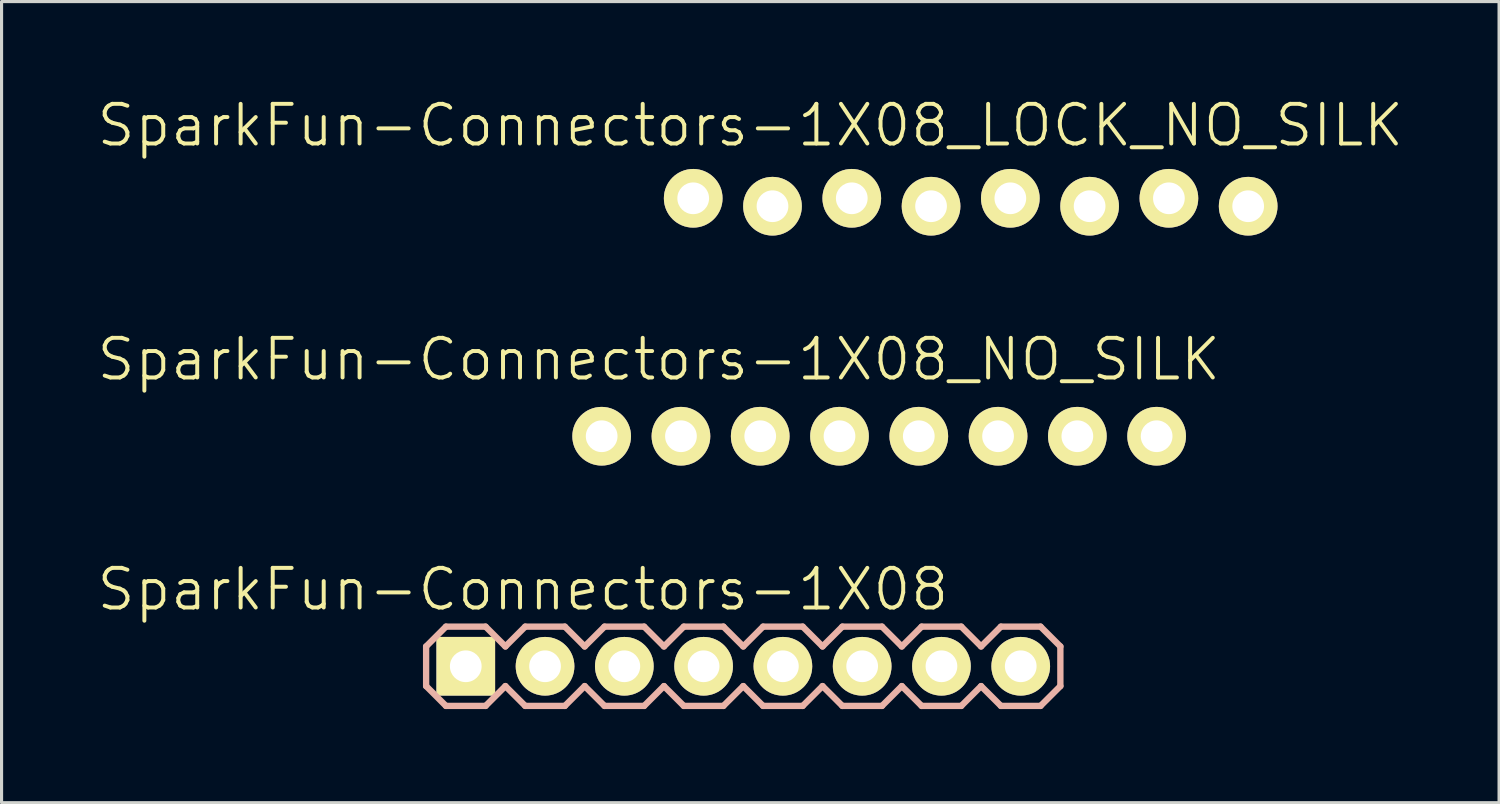
<source format=kicad_pcb>
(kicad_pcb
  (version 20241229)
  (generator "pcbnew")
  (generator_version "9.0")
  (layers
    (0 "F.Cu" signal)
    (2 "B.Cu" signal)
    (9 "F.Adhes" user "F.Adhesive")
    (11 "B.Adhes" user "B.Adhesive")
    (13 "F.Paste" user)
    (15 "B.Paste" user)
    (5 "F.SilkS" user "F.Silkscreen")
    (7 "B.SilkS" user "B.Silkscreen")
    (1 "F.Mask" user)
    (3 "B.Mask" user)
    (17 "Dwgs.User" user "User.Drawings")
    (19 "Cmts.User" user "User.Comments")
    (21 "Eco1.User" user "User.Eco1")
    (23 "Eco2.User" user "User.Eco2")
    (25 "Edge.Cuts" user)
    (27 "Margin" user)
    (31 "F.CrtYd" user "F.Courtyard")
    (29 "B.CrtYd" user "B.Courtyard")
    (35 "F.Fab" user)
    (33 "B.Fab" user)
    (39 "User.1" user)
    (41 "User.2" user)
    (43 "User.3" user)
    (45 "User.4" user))
  (footprint "SparkFun-Connectors-1X08"
    (layer "F.Cu")
    (at 11.872 18.296)
    (property "Reference" "SparkFun-Connectors-1X08" (at 1.829 -2.464 0) (layer "F.SilkS") (effects (font (size 1.27 1.27) (thickness 0.127))))
    (attr exclude_from_pos_files exclude_from_bom)
    (fp_line (start -0.254 -0.254) (end 0.254 -0.254) (stroke (width 0.066) (type solid)) (layer "F.SilkS"))
    (fp_line (start -0.254 0.254) (end -0.254 -0.254) (stroke (width 0.066) (type solid)) (layer "F.SilkS"))
    (fp_line (start -0.254 0.254) (end 0.254 0.254) (stroke (width 0.066) (type solid)) (layer "F.SilkS"))
    (fp_line (start 0.254 0.254) (end 0.254 -0.254) (stroke (width 0.066) (type solid)) (layer "F.SilkS"))
    (fp_line (start 2.286 -0.254) (end 2.794 -0.254) (stroke (width 0.066) (type solid)) (layer "F.SilkS"))
    (fp_line (start 2.286 0.254) (end 2.286 -0.254) (stroke (width 0.066) (type solid)) (layer "F.SilkS"))
    (fp_line (start 2.286 0.254) (end 2.794 0.254) (stroke (width 0.066) (type solid)) (layer "F.SilkS"))
    (fp_line (start 2.794 0.254) (end 2.794 -0.254) (stroke (width 0.066) (type solid)) (layer "F.SilkS"))
    (fp_line (start 4.826 -0.254) (end 5.334 -0.254) (stroke (width 0.066) (type solid)) (layer "F.SilkS"))
    (fp_line (start 4.826 0.254) (end 4.826 -0.254) (stroke (width 0.066) (type solid)) (layer "F.SilkS"))
    (fp_line (start 4.826 0.254) (end 5.334 0.254) (stroke (width 0.066) (type solid)) (layer "F.SilkS"))
    (fp_line (start 5.334 0.254) (end 5.334 -0.254) (stroke (width 0.066) (type solid)) (layer "F.SilkS"))
    (fp_line (start 7.366 -0.254) (end 7.874 -0.254) (stroke (width 0.066) (type solid)) (layer "F.SilkS"))
    (fp_line (start 7.366 0.254) (end 7.366 -0.254) (stroke (width 0.066) (type solid)) (layer "F.SilkS"))
    (fp_line (start 7.366 0.254) (end 7.874 0.254) (stroke (width 0.066) (type solid)) (layer "F.SilkS"))
    (fp_line (start 7.874 0.254) (end 7.874 -0.254) (stroke (width 0.066) (type solid)) (layer "F.SilkS"))
    (fp_line (start 9.906 -0.254) (end 10.414 -0.254) (stroke (width 0.066) (type solid)) (layer "F.SilkS"))
    (fp_line (start 9.906 0.254) (end 9.906 -0.254) (stroke (width 0.066) (type solid)) (layer "F.SilkS"))
    (fp_line (start 9.906 0.254) (end 10.414 0.254) (stroke (width 0.066) (type solid)) (layer "F.SilkS"))
    (fp_line (start 10.414 0.254) (end 10.414 -0.254) (stroke (width 0.066) (type solid)) (layer "F.SilkS"))
    (fp_line (start 12.446 -0.254) (end 12.954 -0.254) (stroke (width 0.066) (type solid)) (layer "F.SilkS"))
    (fp_line (start 12.446 0.254) (end 12.446 -0.254) (stroke (width 0.066) (type solid)) (layer "F.SilkS"))
    (fp_line (start 12.446 0.254) (end 12.954 0.254) (stroke (width 0.066) (type solid)) (layer "F.SilkS"))
    (fp_line (start 12.954 0.254) (end 12.954 -0.254) (stroke (width 0.066) (type solid)) (layer "F.SilkS"))
    (fp_line (start 14.986 -0.254) (end 15.494 -0.254) (stroke (width 0.066) (type solid)) (layer "F.SilkS"))
    (fp_line (start 14.986 0.254) (end 14.986 -0.254) (stroke (width 0.066) (type solid)) (layer "F.SilkS"))
    (fp_line (start 14.986 0.254) (end 15.494 0.254) (stroke (width 0.066) (type solid)) (layer "F.SilkS"))
    (fp_line (start 15.494 0.254) (end 15.494 -0.254) (stroke (width 0.066) (type solid)) (layer "F.SilkS"))
    (fp_line (start 17.523 -0.254) (end 18.034 -0.254) (stroke (width 0.066) (type solid)) (layer "F.SilkS"))
    (fp_line (start 17.523 0.254) (end 17.523 -0.254) (stroke (width 0.066) (type solid)) (layer "F.SilkS"))
    (fp_line (start 17.523 0.254) (end 18.034 0.254) (stroke (width 0.066) (type solid)) (layer "F.SilkS"))
    (fp_line (start 18.034 0.254) (end 18.034 -0.254) (stroke (width 0.066) (type solid)) (layer "F.SilkS"))
    (fp_line (start -1.27 -0.635) (end -1.27 0.635) (stroke (width 0.203) (type solid)) (layer "B.SilkS"))
    (fp_line (start -1.27 0.635) (end -0.635 1.27) (stroke (width 0.203) (type solid)) (layer "B.SilkS"))
    (fp_line (start -0.635 -1.27) (end -1.27 -0.635) (stroke (width 0.203) (type solid)) (layer "B.SilkS"))
    (fp_line (start -0.635 -1.27) (end 0.635 -1.27) (stroke (width 0.203) (type solid)) (layer "B.SilkS"))
    (fp_line (start 0.635 -1.27) (end 1.27 -0.635) (stroke (width 0.203) (type solid)) (layer "B.SilkS"))
    (fp_line (start 0.635 1.27) (end -0.635 1.27) (stroke (width 0.203) (type solid)) (layer "B.SilkS"))
    (fp_line (start 1.27 -0.635) (end 1.905 -1.27) (stroke (width 0.203) (type solid)) (layer "B.SilkS"))
    (fp_line (start 1.27 0.635) (end 0.635 1.27) (stroke (width 0.203) (type solid)) (layer "B.SilkS"))
    (fp_line (start 1.905 -1.27) (end 3.175 -1.27) (stroke (width 0.203) (type solid)) (layer "B.SilkS"))
    (fp_line (start 1.905 1.27) (end 1.27 0.635) (stroke (width 0.203) (type solid)) (layer "B.SilkS"))
    (fp_line (start 3.175 -1.27) (end 3.81 -0.635) (stroke (width 0.203) (type solid)) (layer "B.SilkS"))
    (fp_line (start 3.175 1.27) (end 1.905 1.27) (stroke (width 0.203) (type solid)) (layer "B.SilkS"))
    (fp_line (start 3.81 -0.635) (end 4.445 -1.27) (stroke (width 0.203) (type solid)) (layer "B.SilkS"))
    (fp_line (start 3.81 0.635) (end 3.175 1.27) (stroke (width 0.203) (type solid)) (layer "B.SilkS"))
    (fp_line (start 4.445 -1.27) (end 5.715 -1.27) (stroke (width 0.203) (type solid)) (layer "B.SilkS"))
    (fp_line (start 4.445 1.27) (end 3.81 0.635) (stroke (width 0.203) (type solid)) (layer "B.SilkS"))
    (fp_line (start 5.715 -1.27) (end 6.35 -0.635) (stroke (width 0.203) (type solid)) (layer "B.SilkS"))
    (fp_line (start 5.715 1.27) (end 4.445 1.27) (stroke (width 0.203) (type solid)) (layer "B.SilkS"))
    (fp_line (start 6.35 0.635) (end 5.715 1.27) (stroke (width 0.203) (type solid)) (layer "B.SilkS"))
    (fp_line (start 6.35 0.635) (end 6.985 1.27) (stroke (width 0.203) (type solid)) (layer "B.SilkS"))
    (fp_line (start 6.985 -1.27) (end 6.35 -0.635) (stroke (width 0.203) (type solid)) (layer "B.SilkS"))
    (fp_line (start 6.985 -1.27) (end 8.255 -1.27) (stroke (width 0.203) (type solid)) (layer "B.SilkS"))
    (fp_line (start 8.255 -1.27) (end 8.89 -0.635) (stroke (width 0.203) (type solid)) (layer "B.SilkS"))
    (fp_line (start 8.255 1.27) (end 6.985 1.27) (stroke (width 0.203) (type solid)) (layer "B.SilkS"))
    (fp_line (start 8.89 -0.635) (end 9.525 -1.27) (stroke (width 0.203) (type solid)) (layer "B.SilkS"))
    (fp_line (start 8.89 0.635) (end 8.255 1.27) (stroke (width 0.203) (type solid)) (layer "B.SilkS"))
    (fp_line (start 9.525 -1.27) (end 10.795 -1.27) (stroke (width 0.203) (type solid)) (layer "B.SilkS"))
    (fp_line (start 9.525 1.27) (end 8.89 0.635) (stroke (width 0.203) (type solid)) (layer "B.SilkS"))
    (fp_line (start 10.795 -1.27) (end 11.43 -0.635) (stroke (width 0.203) (type solid)) (layer "B.SilkS"))
    (fp_line (start 10.795 1.27) (end 9.525 1.27) (stroke (width 0.203) (type solid)) (layer "B.SilkS"))
    (fp_line (start 11.43 -0.635) (end 12.065 -1.27) (stroke (width 0.203) (type solid)) (layer "B.SilkS"))
    (fp_line (start 11.43 0.635) (end 10.795 1.27) (stroke (width 0.203) (type solid)) (layer "B.SilkS"))
    (fp_line (start 12.065 -1.27) (end 13.335 -1.27) (stroke (width 0.203) (type solid)) (layer "B.SilkS"))
    (fp_line (start 12.065 1.27) (end 11.43 0.635) (stroke (width 0.203) (type solid)) (layer "B.SilkS"))
    (fp_line (start 13.335 -1.27) (end 13.97 -0.635) (stroke (width 0.203) (type solid)) (layer "B.SilkS"))
    (fp_line (start 13.335 1.27) (end 12.065 1.27) (stroke (width 0.203) (type solid)) (layer "B.SilkS"))
    (fp_line (start 13.97 0.635) (end 13.335 1.27) (stroke (width 0.203) (type solid)) (layer "B.SilkS"))
    (fp_line (start 13.97 0.635) (end 14.605 1.27) (stroke (width 0.203) (type solid)) (layer "B.SilkS"))
    (fp_line (start 14.605 -1.27) (end 13.97 -0.635) (stroke (width 0.203) (type solid)) (layer "B.SilkS"))
    (fp_line (start 14.605 -1.27) (end 15.875 -1.27) (stroke (width 0.203) (type solid)) (layer "B.SilkS"))
    (fp_line (start 15.875 -1.27) (end 16.51 -0.635) (stroke (width 0.203) (type solid)) (layer "B.SilkS"))
    (fp_line (start 15.875 1.27) (end 14.605 1.27) (stroke (width 0.203) (type solid)) (layer "B.SilkS"))
    (fp_line (start 16.51 0.635) (end 15.875 1.27) (stroke (width 0.203) (type solid)) (layer "B.SilkS"))
    (fp_line (start 16.51 0.635) (end 17.145 1.27) (stroke (width 0.203) (type solid)) (layer "B.SilkS"))
    (fp_line (start 17.145 -1.27) (end 16.51 -0.635) (stroke (width 0.203) (type solid)) (layer "B.SilkS"))
    (fp_line (start 17.145 -1.27) (end 18.415 -1.27) (stroke (width 0.203) (type solid)) (layer "B.SilkS"))
    (fp_line (start 18.415 -1.27) (end 19.05 -0.635) (stroke (width 0.203) (type solid)) (layer "B.SilkS"))
    (fp_line (start 18.415 1.27) (end 17.145 1.27) (stroke (width 0.203) (type solid)) (layer "B.SilkS"))
    (fp_line (start 19.05 -0.635) (end 19.05 0.635) (stroke (width 0.203) (type solid)) (layer "B.SilkS"))
    (fp_line (start 19.05 0.635) (end 18.415 1.27) (stroke (width 0.203) (type solid)) (layer "B.SilkS"))
    (pad "1" thru_hole rect (at 0 0) (size 1.88 1.88) (drill 1.016) (layers "*.Cu" "F.Mask" "F.SilkS" "F.Paste"))
    (pad "2" thru_hole circle (at 2.54 0) (size 1.88 1.88) (drill 1.016) (layers "*.Cu" "F.Mask" "F.SilkS" "F.Paste"))
    (pad "3" thru_hole circle (at 5.08 0) (size 1.88 1.88) (drill 1.016) (layers "*.Cu" "F.Mask" "F.SilkS" "F.Paste"))
    (pad "4" thru_hole circle (at 7.62 0) (size 1.88 1.88) (drill 1.016) (layers "*.Cu" "F.Mask" "F.SilkS" "F.Paste"))
    (pad "5" thru_hole circle (at 10.16 0) (size 1.88 1.88) (drill 1.016) (layers "*.Cu" "F.Mask" "F.SilkS" "F.Paste"))
    (pad "6" thru_hole circle (at 12.7 0) (size 1.88 1.88) (drill 1.016) (layers "*.Cu" "F.Mask" "F.SilkS" "F.Paste"))
    (pad "7" thru_hole circle (at 15.24 0) (size 1.88 1.88) (drill 1.016) (layers "*.Cu" "F.Mask" "F.SilkS" "F.Paste"))
    (pad "8" thru_hole circle (at 17.78 0) (size 1.88 1.88) (drill 1.016) (layers "*.Cu" "F.Mask" "F.SilkS" "F.Paste")))
  (footprint "SparkFun-Connectors-1X08_NO_SILK"
    (layer "F.Cu")
    (at 16.226 10.926)
    (property "Reference" "SparkFun-Connectors-1X08_NO_SILK" (at 1.829 -2.464 0) (layer "F.SilkS") (effects (font (size 1.27 1.27) (thickness 0.127))))
    (attr exclude_from_pos_files exclude_from_bom)
    (fp_line (start -0.254 -0.254) (end 0.254 -0.254) (stroke (width 0.066) (type solid)) (layer "F.SilkS"))
    (fp_line (start -0.254 0.254) (end -0.254 -0.254) (stroke (width 0.066) (type solid)) (layer "F.SilkS"))
    (fp_line (start -0.254 0.254) (end 0.254 0.254) (stroke (width 0.066) (type solid)) (layer "F.SilkS"))
    (fp_line (start 0.254 0.254) (end 0.254 -0.254) (stroke (width 0.066) (type solid)) (layer "F.SilkS"))
    (fp_line (start 2.286 -0.254) (end 2.794 -0.254) (stroke (width 0.066) (type solid)) (layer "F.SilkS"))
    (fp_line (start 2.286 0.254) (end 2.286 -0.254) (stroke (width 0.066) (type solid)) (layer "F.SilkS"))
    (fp_line (start 2.286 0.254) (end 2.794 0.254) (stroke (width 0.066) (type solid)) (layer "F.SilkS"))
    (fp_line (start 2.794 0.254) (end 2.794 -0.254) (stroke (width 0.066) (type solid)) (layer "F.SilkS"))
    (fp_line (start 4.826 -0.254) (end 5.334 -0.254) (stroke (width 0.066) (type solid)) (layer "F.SilkS"))
    (fp_line (start 4.826 0.254) (end 4.826 -0.254) (stroke (width 0.066) (type solid)) (layer "F.SilkS"))
    (fp_line (start 4.826 0.254) (end 5.334 0.254) (stroke (width 0.066) (type solid)) (layer "F.SilkS"))
    (fp_line (start 5.334 0.254) (end 5.334 -0.254) (stroke (width 0.066) (type solid)) (layer "F.SilkS"))
    (fp_line (start 7.366 -0.254) (end 7.874 -0.254) (stroke (width 0.066) (type solid)) (layer "F.SilkS"))
    (fp_line (start 7.366 0.254) (end 7.366 -0.254) (stroke (width 0.066) (type solid)) (layer "F.SilkS"))
    (fp_line (start 7.366 0.254) (end 7.874 0.254) (stroke (width 0.066) (type solid)) (layer "F.SilkS"))
    (fp_line (start 7.874 0.254) (end 7.874 -0.254) (stroke (width 0.066) (type solid)) (layer "F.SilkS"))
    (fp_line (start 9.906 -0.254) (end 10.414 -0.254) (stroke (width 0.066) (type solid)) (layer "F.SilkS"))
    (fp_line (start 9.906 0.254) (end 9.906 -0.254) (stroke (width 0.066) (type solid)) (layer "F.SilkS"))
    (fp_line (start 9.906 0.254) (end 10.414 0.254) (stroke (width 0.066) (type solid)) (layer "F.SilkS"))
    (fp_line (start 10.414 0.254) (end 10.414 -0.254) (stroke (width 0.066) (type solid)) (layer "F.SilkS"))
    (fp_line (start 12.446 -0.254) (end 12.954 -0.254) (stroke (width 0.066) (type solid)) (layer "F.SilkS"))
    (fp_line (start 12.446 0.254) (end 12.446 -0.254) (stroke (width 0.066) (type solid)) (layer "F.SilkS"))
    (fp_line (start 12.446 0.254) (end 12.954 0.254) (stroke (width 0.066) (type solid)) (layer "F.SilkS"))
    (fp_line (start 12.954 0.254) (end 12.954 -0.254) (stroke (width 0.066) (type solid)) (layer "F.SilkS"))
    (fp_line (start 14.986 -0.254) (end 15.494 -0.254) (stroke (width 0.066) (type solid)) (layer "F.SilkS"))
    (fp_line (start 14.986 0.254) (end 14.986 -0.254) (stroke (width 0.066) (type solid)) (layer "F.SilkS"))
    (fp_line (start 14.986 0.254) (end 15.494 0.254) (stroke (width 0.066) (type solid)) (layer "F.SilkS"))
    (fp_line (start 15.494 0.254) (end 15.494 -0.254) (stroke (width 0.066) (type solid)) (layer "F.SilkS"))
    (fp_line (start 17.523 -0.254) (end 18.034 -0.254) (stroke (width 0.066) (type solid)) (layer "F.SilkS"))
    (fp_line (start 17.523 0.254) (end 17.523 -0.254) (stroke (width 0.066) (type solid)) (layer "F.SilkS"))
    (fp_line (start 17.523 0.254) (end 18.034 0.254) (stroke (width 0.066) (type solid)) (layer "F.SilkS"))
    (fp_line (start 18.034 0.254) (end 18.034 -0.254) (stroke (width 0.066) (type solid)) (layer "F.SilkS"))
    (pad "1" thru_hole circle (at 0 0) (size 1.88 1.88) (drill 1.016) (layers "*.Cu" "F.Mask" "F.SilkS" "F.Paste"))
    (pad "2" thru_hole circle (at 2.54 0) (size 1.88 1.88) (drill 1.016) (layers "*.Cu" "F.Mask" "F.SilkS" "F.Paste"))
    (pad "3" thru_hole circle (at 5.08 0) (size 1.88 1.88) (drill 1.016) (layers "*.Cu" "F.Mask" "F.SilkS" "F.Paste"))
    (pad "4" thru_hole circle (at 7.62 0) (size 1.88 1.88) (drill 1.016) (layers "*.Cu" "F.Mask" "F.SilkS" "F.Paste"))
    (pad "5" thru_hole circle (at 10.16 0) (size 1.88 1.88) (drill 1.016) (layers "*.Cu" "F.Mask" "F.SilkS" "F.Paste"))
    (pad "6" thru_hole circle (at 12.7 0) (size 1.88 1.88) (drill 1.016) (layers "*.Cu" "F.Mask" "F.SilkS" "F.Paste"))
    (pad "7" thru_hole circle (at 15.24 0) (size 1.88 1.88) (drill 1.016) (layers "*.Cu" "F.Mask" "F.SilkS" "F.Paste"))
    (pad "8" thru_hole circle (at 17.78 0) (size 1.88 1.88) (drill 1.016) (layers "*.Cu" "F.Mask" "F.SilkS" "F.Paste")))
  (footprint "SparkFun-Connectors-1X08_LOCK_NO_SILK"
    (layer "F.Cu")
    (at 19.159 3.43)
    (property "Reference" "SparkFun-Connectors-1X08_LOCK_NO_SILK" (at 1.829 -2.464 0) (layer "F.SilkS") (effects (font (size 1.27 1.27) (thickness 0.127))))
    (attr exclude_from_pos_files exclude_from_bom)
    (fp_line (start -0.254 -0.254) (end 0.254 -0.254) (stroke (width 0.066) (type solid)) (layer "F.SilkS"))
    (fp_line (start -0.254 0.254) (end -0.254 -0.254) (stroke (width 0.066) (type solid)) (layer "F.SilkS"))
    (fp_line (start -0.254 0.254) (end 0.254 0.254) (stroke (width 0.066) (type solid)) (layer "F.SilkS"))
    (fp_line (start 0.254 0.254) (end 0.254 -0.254) (stroke (width 0.066) (type solid)) (layer "F.SilkS"))
    (fp_line (start 2.286 -0.254) (end 2.794 -0.254) (stroke (width 0.066) (type solid)) (layer "F.SilkS"))
    (fp_line (start 2.286 0.254) (end 2.286 -0.254) (stroke (width 0.066) (type solid)) (layer "F.SilkS"))
    (fp_line (start 2.286 0.254) (end 2.794 0.254) (stroke (width 0.066) (type solid)) (layer "F.SilkS"))
    (fp_line (start 2.794 0.254) (end 2.794 -0.254) (stroke (width 0.066) (type solid)) (layer "F.SilkS"))
    (fp_line (start 4.826 -0.254) (end 5.334 -0.254) (stroke (width 0.066) (type solid)) (layer "F.SilkS"))
    (fp_line (start 4.826 0.254) (end 4.826 -0.254) (stroke (width 0.066) (type solid)) (layer "F.SilkS"))
    (fp_line (start 4.826 0.254) (end 5.334 0.254) (stroke (width 0.066) (type solid)) (layer "F.SilkS"))
    (fp_line (start 5.334 0.254) (end 5.334 -0.254) (stroke (width 0.066) (type solid)) (layer "F.SilkS"))
    (fp_line (start 7.366 -0.254) (end 7.874 -0.254) (stroke (width 0.066) (type solid)) (layer "F.SilkS"))
    (fp_line (start 7.366 0.254) (end 7.366 -0.254) (stroke (width 0.066) (type solid)) (layer "F.SilkS"))
    (fp_line (start 7.366 0.254) (end 7.874 0.254) (stroke (width 0.066) (type solid)) (layer "F.SilkS"))
    (fp_line (start 7.874 0.254) (end 7.874 -0.254) (stroke (width 0.066) (type solid)) (layer "F.SilkS"))
    (fp_line (start 9.906 -0.254) (end 10.414 -0.254) (stroke (width 0.066) (type solid)) (layer "F.SilkS"))
    (fp_line (start 9.906 0.254) (end 9.906 -0.254) (stroke (width 0.066) (type solid)) (layer "F.SilkS"))
    (fp_line (start 9.906 0.254) (end 10.414 0.254) (stroke (width 0.066) (type solid)) (layer "F.SilkS"))
    (fp_line (start 10.414 0.254) (end 10.414 -0.254) (stroke (width 0.066) (type solid)) (layer "F.SilkS"))
    (fp_line (start 12.446 -0.254) (end 12.954 -0.254) (stroke (width 0.066) (type solid)) (layer "F.SilkS"))
    (fp_line (start 12.446 0.254) (end 12.446 -0.254) (stroke (width 0.066) (type solid)) (layer "F.SilkS"))
    (fp_line (start 12.446 0.254) (end 12.954 0.254) (stroke (width 0.066) (type solid)) (layer "F.SilkS"))
    (fp_line (start 12.954 0.254) (end 12.954 -0.254) (stroke (width 0.066) (type solid)) (layer "F.SilkS"))
    (fp_line (start 14.986 -0.254) (end 15.494 -0.254) (stroke (width 0.066) (type solid)) (layer "F.SilkS"))
    (fp_line (start 14.986 0.254) (end 14.986 -0.254) (stroke (width 0.066) (type solid)) (layer "F.SilkS"))
    (fp_line (start 14.986 0.254) (end 15.494 0.254) (stroke (width 0.066) (type solid)) (layer "F.SilkS"))
    (fp_line (start 15.494 0.254) (end 15.494 -0.254) (stroke (width 0.066) (type solid)) (layer "F.SilkS"))
    (fp_line (start 17.523 -0.254) (end 18.034 -0.254) (stroke (width 0.066) (type solid)) (layer "F.SilkS"))
    (fp_line (start 17.523 0.254) (end 17.523 -0.254) (stroke (width 0.066) (type solid)) (layer "F.SilkS"))
    (fp_line (start 17.523 0.254) (end 18.034 0.254) (stroke (width 0.066) (type solid)) (layer "F.SilkS"))
    (fp_line (start 18.034 0.254) (end 18.034 -0.254) (stroke (width 0.066) (type solid)) (layer "F.SilkS"))
    (pad "1" thru_hole circle (at 0 -0.127) (size 1.88 1.88) (drill 1.016) (layers "*.Cu" "F.Mask" "F.SilkS" "F.Paste"))
    (pad "2" thru_hole circle (at 2.54 0.127) (size 1.88 1.88) (drill 1.016) (layers "*.Cu" "F.Mask" "F.SilkS" "F.Paste"))
    (pad "3" thru_hole circle (at 5.08 -0.127) (size 1.88 1.88) (drill 1.016) (layers "*.Cu" "F.Mask" "F.SilkS" "F.Paste"))
    (pad "4" thru_hole circle (at 7.62 0.127) (size 1.88 1.88) (drill 1.016) (layers "*.Cu" "F.Mask" "F.SilkS" "F.Paste"))
    (pad "5" thru_hole circle (at 10.16 -0.127) (size 1.88 1.88) (drill 1.016) (layers "*.Cu" "F.Mask" "F.SilkS" "F.Paste"))
    (pad "6" thru_hole circle (at 12.7 0.127) (size 1.88 1.88) (drill 1.016) (layers "*.Cu" "F.Mask" "F.SilkS" "F.Paste"))
    (pad "7" thru_hole circle (at 15.24 -0.127) (size 1.88 1.88) (drill 1.016) (layers "*.Cu" "F.Mask" "F.SilkS" "F.Paste"))
    (pad "8" thru_hole circle (at 17.78 0.127) (size 1.88 1.88) (drill 1.016) (layers "*.Cu" "F.Mask" "F.SilkS" "F.Paste")))
  (gr_rect
    (start -3 -3)
    (end 44.977 22.667)
    (stroke (width 0.1) (type default))
    (fill no)
    (layer "Edge.Cuts")))
</source>
